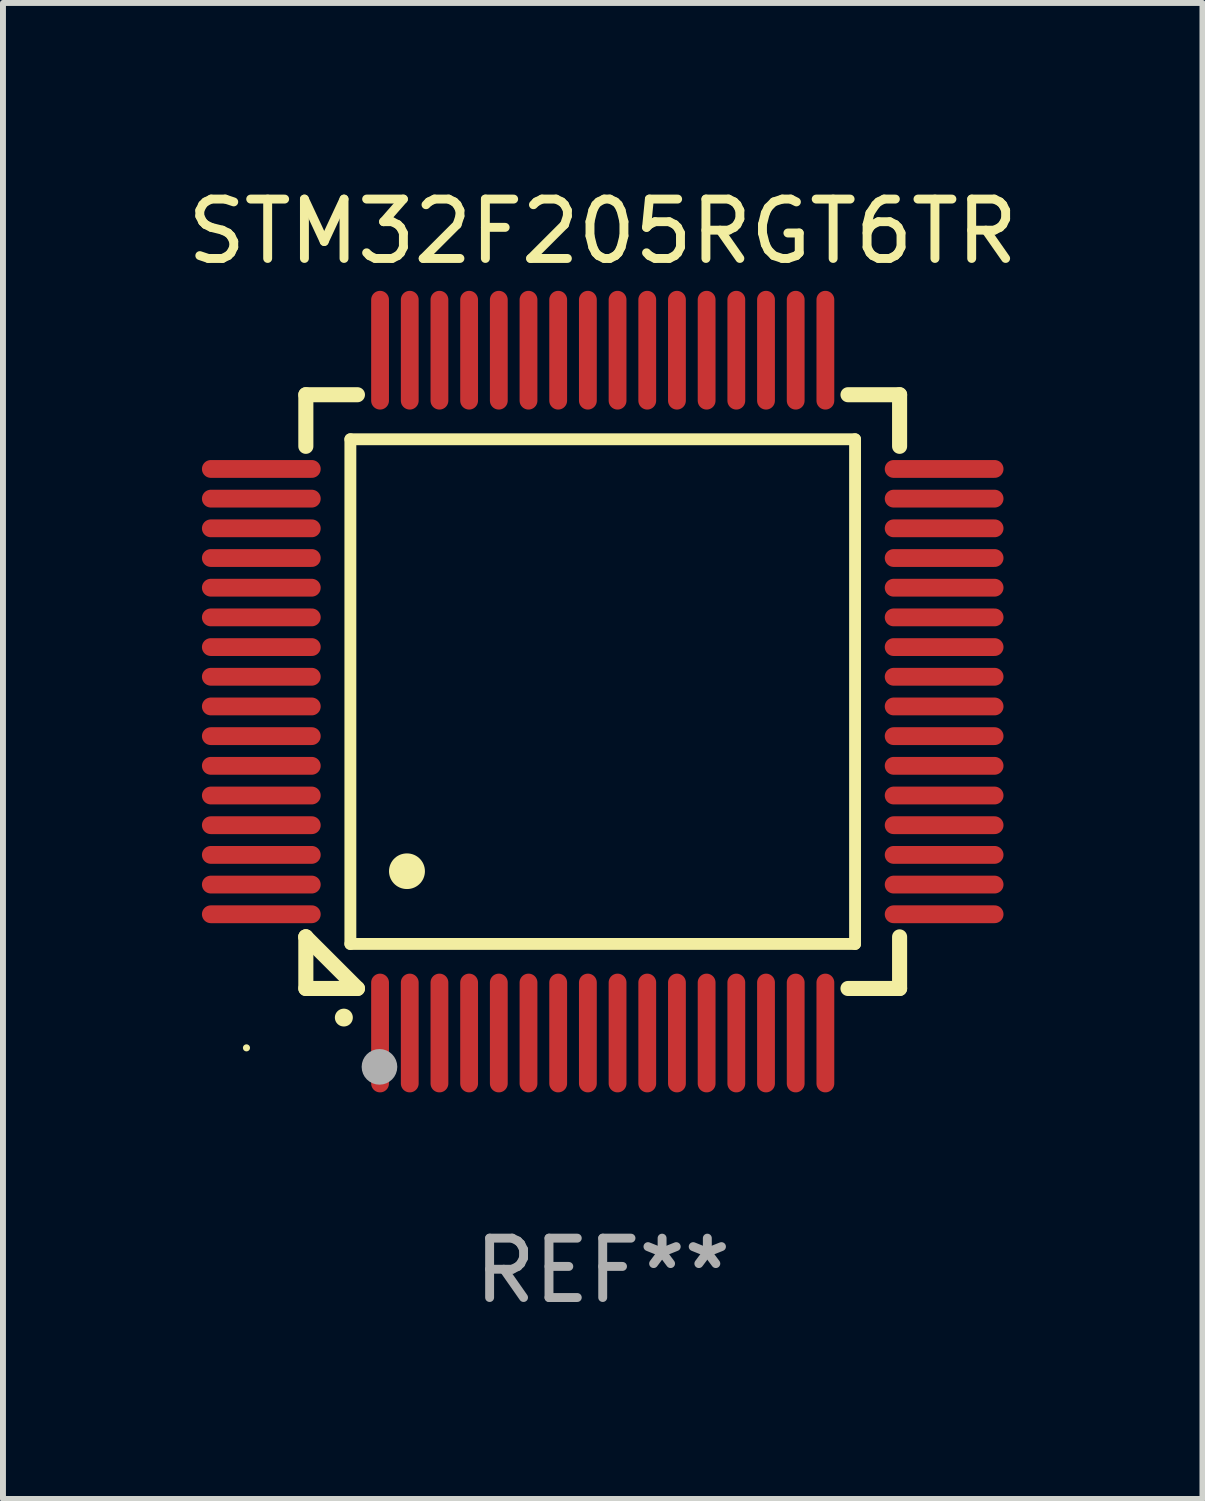
<source format=kicad_pcb>
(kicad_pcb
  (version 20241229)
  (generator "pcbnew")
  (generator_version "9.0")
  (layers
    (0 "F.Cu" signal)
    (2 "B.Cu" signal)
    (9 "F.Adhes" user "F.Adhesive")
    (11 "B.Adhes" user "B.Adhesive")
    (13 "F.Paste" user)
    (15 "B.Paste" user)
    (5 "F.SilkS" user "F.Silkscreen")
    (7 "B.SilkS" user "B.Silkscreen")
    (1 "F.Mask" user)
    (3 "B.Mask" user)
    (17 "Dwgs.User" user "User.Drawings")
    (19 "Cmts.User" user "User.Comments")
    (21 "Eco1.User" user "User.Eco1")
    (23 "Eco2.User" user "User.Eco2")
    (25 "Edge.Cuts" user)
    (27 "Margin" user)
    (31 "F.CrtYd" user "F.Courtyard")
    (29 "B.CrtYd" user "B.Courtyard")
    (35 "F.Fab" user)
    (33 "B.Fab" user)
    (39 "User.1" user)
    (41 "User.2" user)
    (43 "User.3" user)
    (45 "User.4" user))
  (footprint "STM32F205RGT6TR"
    (layer "F.Cu")
    (at 7.101 8.598)
    (property "Reference" "STM32F205RGT6TR" (at 0 -7.75 0) (layer "F.SilkS") (effects (font (size 1 1) (thickness 0.15))))
    (attr through_hole)
    (fp_line (start -5 -5) (end -4.131 -5) (stroke (width 0.254) (type solid)) (layer "F.SilkS"))
    (fp_line (start -5 -4.131) (end -5 -5) (stroke (width 0.254) (type solid)) (layer "F.SilkS"))
    (fp_line (start -5 4.131) (end -5 4.131) (stroke (width 0.254) (type solid)) (layer "F.SilkS"))
    (fp_line (start -5 5) (end -5 4.131) (stroke (width 0.254) (type solid)) (layer "F.SilkS"))
    (fp_line (start -5 4.131) (end -4.131 5) (stroke (width 0.254) (type solid)) (layer "F.SilkS"))
    (fp_line (start -4.25 -4.25) (end -4.25 4.25) (stroke (width 0.2) (type solid)) (layer "F.SilkS"))
    (fp_line (start -4.25 4.25) (end 4.25 4.25) (stroke (width 0.2) (type solid)) (layer "F.SilkS"))
    (fp_line (start -4.131 5) (end -5 5) (stroke (width 0.254) (type solid)) (layer "F.SilkS"))
    (fp_line (start 4.25 -4.25) (end -4.25 -4.25) (stroke (width 0.2) (type solid)) (layer "F.SilkS"))
    (fp_line (start 4.25 4.25) (end 4.25 -4.25) (stroke (width 0.2) (type solid)) (layer "F.SilkS"))
    (fp_line (start 5 -5) (end 4.131 -5) (stroke (width 0.254) (type solid)) (layer "F.SilkS"))
    (fp_line (start 5 -5) (end 5 -4.131) (stroke (width 0.254) (type solid)) (layer "F.SilkS"))
    (fp_line (start 5 4.131) (end 5 5) (stroke (width 0.254) (type solid)) (layer "F.SilkS"))
    (fp_line (start 5 5) (end 4.131 5) (stroke (width 0.254) (type solid)) (layer "F.SilkS"))
    (fp_arc (start -4.361265 5.489992) (mid -4.359995 5.489987) (end -4.358725 5.489992) (stroke (width 0.3) (type solid)) (layer "F.SilkS"))
    (fp_arc (start -3.299467 3.025146) (mid -3.296927 3.025135) (end -3.294387 3.025146) (stroke (width 0.6) (type solid)) (layer "F.SilkS"))
    (fp_circle (center -6 6) (end -5.97 6) (stroke (width 0.06) (type solid)) (fill no) (layer "F.SilkS"))
    (fp_circle (center -3.76 6.32) (end -3.61 6.32) (stroke (width 0.3) (type solid)) (fill no) (layer "F.Fab"))
    (fp_text user "REF**" (at 0 9.75 0) (layer "F.Fab") (effects (font (size 1 1) (thickness 0.15))))
    (pad "1" smd oval (at -3.75 5.75) (size 0.3 2) (layers "F.Cu" "F.Mask" "F.Paste"))
    (pad "2" smd oval (at -3.25 5.75) (size 0.3 2) (layers "F.Cu" "F.Mask" "F.Paste"))
    (pad "3" smd oval (at -2.75 5.75) (size 0.3 2) (layers "F.Cu" "F.Mask" "F.Paste"))
    (pad "4" smd oval (at -2.25 5.75) (size 0.3 2) (layers "F.Cu" "F.Mask" "F.Paste"))
    (pad "5" smd oval (at -1.75 5.75) (size 0.3 2) (layers "F.Cu" "F.Mask" "F.Paste"))
    (pad "6" smd oval (at -1.25 5.75) (size 0.3 2) (layers "F.Cu" "F.Mask" "F.Paste"))
    (pad "7" smd oval (at -0.75 5.75) (size 0.3 2) (layers "F.Cu" "F.Mask" "F.Paste"))
    (pad "8" smd oval (at -0.25 5.75) (size 0.3 2) (layers "F.Cu" "F.Mask" "F.Paste"))
    (pad "9" smd oval (at 0.25 5.75) (size 0.3 2) (layers "F.Cu" "F.Mask" "F.Paste"))
    (pad "10" smd oval (at 0.75 5.75) (size 0.3 2) (layers "F.Cu" "F.Mask" "F.Paste"))
    (pad "11" smd oval (at 1.25 5.75) (size 0.3 2) (layers "F.Cu" "F.Mask" "F.Paste"))
    (pad "12" smd oval (at 1.75 5.75) (size 0.3 2) (layers "F.Cu" "F.Mask" "F.Paste"))
    (pad "13" smd oval (at 2.25 5.75) (size 0.3 2) (layers "F.Cu" "F.Mask" "F.Paste"))
    (pad "14" smd oval (at 2.75 5.75) (size 0.3 2) (layers "F.Cu" "F.Mask" "F.Paste"))
    (pad "15" smd oval (at 3.25 5.75) (size 0.3 2) (layers "F.Cu" "F.Mask" "F.Paste"))
    (pad "16" smd oval (at 3.75 5.75) (size 0.3 2) (layers "F.Cu" "F.Mask" "F.Paste"))
    (pad "17" smd oval (at 5.75 3.75) (size 2 0.3) (layers "F.Cu" "F.Mask" "F.Paste"))
    (pad "18" smd oval (at 5.75 3.25) (size 2 0.3) (layers "F.Cu" "F.Mask" "F.Paste"))
    (pad "19" smd oval (at 5.75 2.75) (size 2 0.3) (layers "F.Cu" "F.Mask" "F.Paste"))
    (pad "20" smd oval (at 5.75 2.25) (size 2 0.3) (layers "F.Cu" "F.Mask" "F.Paste"))
    (pad "21" smd oval (at 5.75 1.75) (size 2 0.3) (layers "F.Cu" "F.Mask" "F.Paste"))
    (pad "22" smd oval (at 5.75 1.25) (size 2 0.3) (layers "F.Cu" "F.Mask" "F.Paste"))
    (pad "23" smd oval (at 5.75 0.75) (size 2 0.3) (layers "F.Cu" "F.Mask" "F.Paste"))
    (pad "24" smd oval (at 5.75 0.25) (size 2 0.3) (layers "F.Cu" "F.Mask" "F.Paste"))
    (pad "25" smd oval (at 5.75 -0.25) (size 2 0.3) (layers "F.Cu" "F.Mask" "F.Paste"))
    (pad "26" smd oval (at 5.75 -0.75) (size 2 0.3) (layers "F.Cu" "F.Mask" "F.Paste"))
    (pad "27" smd oval (at 5.75 -1.25) (size 2 0.3) (layers "F.Cu" "F.Mask" "F.Paste"))
    (pad "28" smd oval (at 5.75 -1.75) (size 2 0.3) (layers "F.Cu" "F.Mask" "F.Paste"))
    (pad "29" smd oval (at 5.75 -2.25) (size 2 0.3) (layers "F.Cu" "F.Mask" "F.Paste"))
    (pad "30" smd oval (at 5.75 -2.75) (size 2 0.3) (layers "F.Cu" "F.Mask" "F.Paste"))
    (pad "31" smd oval (at 5.75 -3.25) (size 2 0.3) (layers "F.Cu" "F.Mask" "F.Paste"))
    (pad "32" smd oval (at 5.75 -3.75) (size 2 0.3) (layers "F.Cu" "F.Mask" "F.Paste"))
    (pad "33" smd oval (at 3.75 -5.75) (size 0.3 2) (layers "F.Cu" "F.Mask" "F.Paste"))
    (pad "34" smd oval (at 3.25 -5.75) (size 0.3 2) (layers "F.Cu" "F.Mask" "F.Paste"))
    (pad "35" smd oval (at 2.75 -5.75) (size 0.3 2) (layers "F.Cu" "F.Mask" "F.Paste"))
    (pad "36" smd oval (at 2.25 -5.75) (size 0.3 2) (layers "F.Cu" "F.Mask" "F.Paste"))
    (pad "37" smd oval (at 1.75 -5.75) (size 0.3 2) (layers "F.Cu" "F.Mask" "F.Paste"))
    (pad "38" smd oval (at 1.25 -5.75) (size 0.3 2) (layers "F.Cu" "F.Mask" "F.Paste"))
    (pad "39" smd oval (at 0.75 -5.75) (size 0.3 2) (layers "F.Cu" "F.Mask" "F.Paste"))
    (pad "40" smd oval (at 0.25 -5.75) (size 0.3 2) (layers "F.Cu" "F.Mask" "F.Paste"))
    (pad "41" smd oval (at -0.25 -5.75) (size 0.3 2) (layers "F.Cu" "F.Mask" "F.Paste"))
    (pad "42" smd oval (at -0.75 -5.75) (size 0.3 2) (layers "F.Cu" "F.Mask" "F.Paste"))
    (pad "43" smd oval (at -1.25 -5.75) (size 0.3 2) (layers "F.Cu" "F.Mask" "F.Paste"))
    (pad "44" smd oval (at -1.75 -5.75) (size 0.3 2) (layers "F.Cu" "F.Mask" "F.Paste"))
    (pad "45" smd oval (at -2.25 -5.75) (size 0.3 2) (layers "F.Cu" "F.Mask" "F.Paste"))
    (pad "46" smd oval (at -2.75 -5.75) (size 0.3 2) (layers "F.Cu" "F.Mask" "F.Paste"))
    (pad "47" smd oval (at -3.25 -5.75) (size 0.3 2) (layers "F.Cu" "F.Mask" "F.Paste"))
    (pad "48" smd oval (at -3.75 -5.75) (size 0.3 2) (layers "F.Cu" "F.Mask" "F.Paste"))
    (pad "49" smd oval (at -5.75 -3.75) (size 2 0.3) (layers "F.Cu" "F.Mask" "F.Paste"))
    (pad "50" smd oval (at -5.75 -3.25) (size 2 0.3) (layers "F.Cu" "F.Mask" "F.Paste"))
    (pad "51" smd oval (at -5.75 -2.75) (size 2 0.3) (layers "F.Cu" "F.Mask" "F.Paste"))
    (pad "52" smd oval (at -5.75 -2.25) (size 2 0.3) (layers "F.Cu" "F.Mask" "F.Paste"))
    (pad "53" smd oval (at -5.75 -1.75) (size 2 0.3) (layers "F.Cu" "F.Mask" "F.Paste"))
    (pad "54" smd oval (at -5.75 -1.25) (size 2 0.3) (layers "F.Cu" "F.Mask" "F.Paste"))
    (pad "55" smd oval (at -5.75 -0.75) (size 2 0.3) (layers "F.Cu" "F.Mask" "F.Paste"))
    (pad "56" smd oval (at -5.75 -0.25) (size 2 0.3) (layers "F.Cu" "F.Mask" "F.Paste"))
    (pad "57" smd oval (at -5.75 0.25) (size 2 0.3) (layers "F.Cu" "F.Mask" "F.Paste"))
    (pad "58" smd oval (at -5.75 0.75) (size 2 0.3) (layers "F.Cu" "F.Mask" "F.Paste"))
    (pad "59" smd oval (at -5.75 1.25) (size 2 0.3) (layers "F.Cu" "F.Mask" "F.Paste"))
    (pad "60" smd oval (at -5.75 1.75) (size 2 0.3) (layers "F.Cu" "F.Mask" "F.Paste"))
    (pad "61" smd oval (at -5.75 2.25) (size 2 0.3) (layers "F.Cu" "F.Mask" "F.Paste"))
    (pad "62" smd oval (at -5.75 2.75) (size 2 0.3) (layers "F.Cu" "F.Mask" "F.Paste"))
    (pad "63" smd oval (at -5.75 3.25) (size 2 0.3) (layers "F.Cu" "F.Mask" "F.Paste"))
    (pad "64" smd oval (at -5.75 3.75) (size 2 0.3) (layers "F.Cu" "F.Mask" "F.Paste")))
  (gr_rect
    (start -3 -3)
    (end 17.202 22.196)
    (stroke (width 0.1) (type default))
    (fill no)
    (layer "Edge.Cuts")))
</source>
